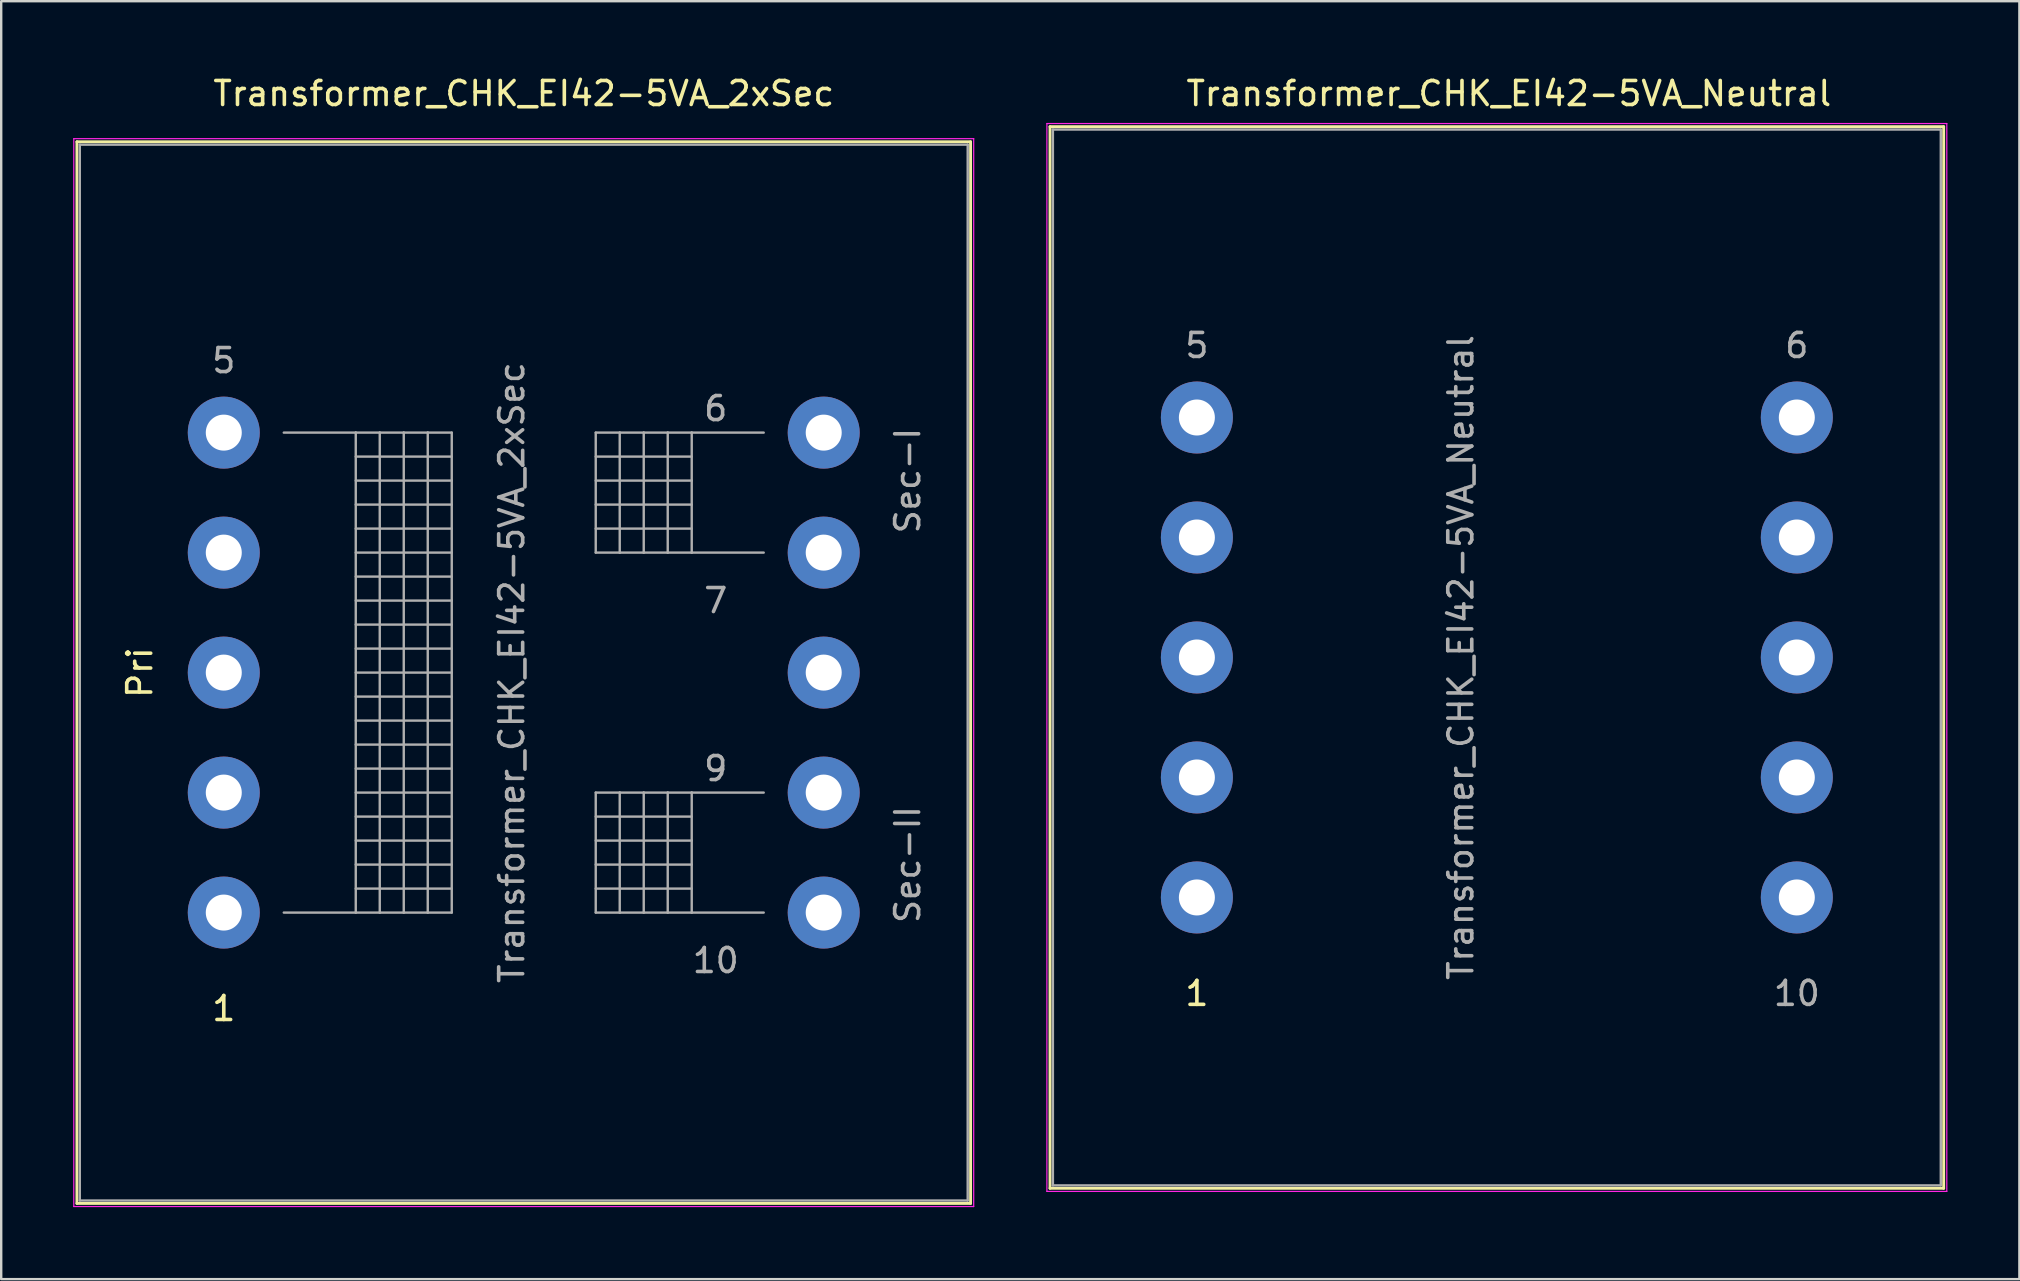
<source format=kicad_pcb>
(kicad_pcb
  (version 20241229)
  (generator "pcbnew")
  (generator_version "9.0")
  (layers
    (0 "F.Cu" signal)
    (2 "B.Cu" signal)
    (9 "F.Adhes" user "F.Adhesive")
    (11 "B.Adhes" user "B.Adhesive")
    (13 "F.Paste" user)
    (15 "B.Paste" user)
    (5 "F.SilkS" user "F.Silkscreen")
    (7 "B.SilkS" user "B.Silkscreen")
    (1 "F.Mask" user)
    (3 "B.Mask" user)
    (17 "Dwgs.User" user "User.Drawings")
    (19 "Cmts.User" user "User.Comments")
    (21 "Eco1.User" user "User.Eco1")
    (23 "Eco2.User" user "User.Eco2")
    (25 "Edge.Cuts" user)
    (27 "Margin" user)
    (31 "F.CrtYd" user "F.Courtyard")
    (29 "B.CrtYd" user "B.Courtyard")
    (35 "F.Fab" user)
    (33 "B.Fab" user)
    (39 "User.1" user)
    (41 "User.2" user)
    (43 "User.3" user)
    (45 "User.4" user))
  (footprint "Transformer_CHK_EI42-5VA_Neutral"
    (layer "F.Cu")
    (at 46.825 34.348)
    (property "Reference" "Transformer_CHK_EI42-5VA_Neutral" (at 13 -33.5 0) (layer "F.SilkS") (effects (font (size 1 1) (thickness 0.15))))
    (attr through_hole)
    (fp_line (start -6.12 -32.12) (end -6.12 12.12) (stroke (width 0.12) (type solid)) (layer "F.SilkS"))
    (fp_line (start -6.12 -32.12) (end 31.12 -32.12) (stroke (width 0.12) (type solid)) (layer "F.SilkS"))
    (fp_line (start 31.12 12.12) (end -6.12 12.12) (stroke (width 0.12) (type solid)) (layer "F.SilkS"))
    (fp_line (start 31.12 12.12) (end 31.12 -32.12) (stroke (width 0.12) (type solid)) (layer "F.SilkS"))
    (fp_line (start -6.25 -32.25) (end -6.25 12.25) (stroke (width 0.05) (type solid)) (layer "F.CrtYd"))
    (fp_line (start -6.25 -32.25) (end 31.25 -32.25) (stroke (width 0.05) (type solid)) (layer "F.CrtYd"))
    (fp_line (start 31.25 12.25) (end -6.25 12.25) (stroke (width 0.05) (type solid)) (layer "F.CrtYd"))
    (fp_line (start 31.25 12.25) (end 31.25 -32.25) (stroke (width 0.05) (type solid)) (layer "F.CrtYd"))
    (fp_line (start -6 -32) (end -6 12) (stroke (width 0.1) (type solid)) (layer "F.Fab"))
    (fp_line (start -6 12) (end 31 12) (stroke (width 0.1) (type solid)) (layer "F.Fab"))
    (fp_line (start 31 -32) (end -6 -32) (stroke (width 0.1) (type solid)) (layer "F.Fab"))
    (fp_line (start 31 12) (end 31 -32) (stroke (width 0.1) (type solid)) (layer "F.Fab"))
    (fp_text user "1" (at 0 4 0) (layer "F.SilkS") (effects (font (size 1 1) (thickness 0.15))))
    (fp_text user "${REFERENCE}" (at 11 -10 90) (layer "F.Fab") (effects (font (size 1 1) (thickness 0.15))))
    (fp_text user "10" (at 25 4 0) (layer "F.Fab") (effects (font (size 1 1) (thickness 0.15))))
    (fp_text user "5" (at 0 -23 0) (layer "F.Fab") (effects (font (size 1 1) (thickness 0.15))))
    (fp_text user "6" (at 25 -23 0) (layer "F.Fab") (effects (font (size 1 1) (thickness 0.15))))
    (pad "1" thru_hole circle (at 0 0) (size 3 3) (drill 1.5) (layers "*.Cu" "*.Mask"))
    (pad "2" thru_hole circle (at 0 -5) (size 3 3) (drill 1.5) (layers "*.Cu" "*.Mask"))
    (pad "3" thru_hole circle (at 0 -10) (size 3 3) (drill 1.5) (layers "*.Cu" "*.Mask"))
    (pad "4" thru_hole circle (at 0 -15) (size 3 3) (drill 1.5) (layers "*.Cu" "*.Mask"))
    (pad "5" thru_hole circle (at 0 -20) (size 3 3) (drill 1.5) (layers "*.Cu" "*.Mask"))
    (pad "6" thru_hole circle (at 25 -20) (size 3 3) (drill 1.5) (layers "*.Cu" "*.Mask"))
    (pad "7" thru_hole circle (at 25 -15) (size 3 3) (drill 1.5) (layers "*.Cu" "*.Mask"))
    (pad "8" thru_hole circle (at 25 -10) (size 3 3) (drill 1.5) (layers "*.Cu" "*.Mask"))
    (pad "9" thru_hole circle (at 25 -5) (size 3 3) (drill 1.5) (layers "*.Cu" "*.Mask"))
    (pad "10" thru_hole circle (at 25 0) (size 3 3) (drill 1.5) (layers "*.Cu" "*.Mask")))
  (footprint "Transformer_CHK_EI42-5VA_2xSec"
    (layer "F.Cu")
    (at 6.275 34.978)
    (property "Reference" "Transformer_CHK_EI42-5VA_2xSec" (at 12.5 -34.13 0) (layer "F.SilkS") (effects (font (size 1 1) (thickness 0.15))))
    (attr through_hole)
    (fp_line (start -6.12 -32.12) (end -6.12 12.12) (stroke (width 0.12) (type solid)) (layer "F.SilkS"))
    (fp_line (start -6.12 -32.12) (end 31.12 -32.12) (stroke (width 0.12) (type solid)) (layer "F.SilkS"))
    (fp_line (start 31.12 12.12) (end -6.12 12.12) (stroke (width 0.12) (type solid)) (layer "F.SilkS"))
    (fp_line (start 31.12 12.12) (end 31.12 -32.12) (stroke (width 0.12) (type solid)) (layer "F.SilkS"))
    (fp_line (start -6.25 -32.25) (end -6.25 12.25) (stroke (width 0.05) (type solid)) (layer "F.CrtYd"))
    (fp_line (start -6.25 -32.25) (end 31.25 -32.25) (stroke (width 0.05) (type solid)) (layer "F.CrtYd"))
    (fp_line (start 31.25 12.25) (end -6.25 12.25) (stroke (width 0.05) (type solid)) (layer "F.CrtYd"))
    (fp_line (start 31.25 12.25) (end 31.25 -32.25) (stroke (width 0.05) (type solid)) (layer "F.CrtYd"))
    (fp_line (start -6 -32) (end -6 12) (stroke (width 0.1) (type solid)) (layer "F.Fab"))
    (fp_line (start -6 12) (end 31 12) (stroke (width 0.1) (type solid)) (layer "F.Fab"))
    (fp_line (start 2.5 -20) (end 5.5 -20) (stroke (width 0.1) (type solid)) (layer "F.Fab"))
    (fp_line (start 5.5 -20) (end 5.5 0) (stroke (width 0.1) (type solid)) (layer "F.Fab"))
    (fp_line (start 5.5 -20) (end 6.5 -20) (stroke (width 0.1) (type solid)) (layer "F.Fab"))
    (fp_line (start 5.5 -19) (end 9.5 -19) (stroke (width 0.1) (type solid)) (layer "F.Fab"))
    (fp_line (start 5.5 -18) (end 9.5 -18) (stroke (width 0.1) (type solid)) (layer "F.Fab"))
    (fp_line (start 5.5 -17) (end 9.5 -17) (stroke (width 0.1) (type solid)) (layer "F.Fab"))
    (fp_line (start 5.5 -16) (end 9.5 -16) (stroke (width 0.1) (type solid)) (layer "F.Fab"))
    (fp_line (start 5.5 -15) (end 9.5 -15) (stroke (width 0.1) (type solid)) (layer "F.Fab"))
    (fp_line (start 5.5 -14) (end 9.5 -14) (stroke (width 0.1) (type solid)) (layer "F.Fab"))
    (fp_line (start 5.5 -13) (end 9.5 -13) (stroke (width 0.1) (type solid)) (layer "F.Fab"))
    (fp_line (start 5.5 -12) (end 9.5 -12) (stroke (width 0.1) (type solid)) (layer "F.Fab"))
    (fp_line (start 5.5 -11) (end 9.5 -11) (stroke (width 0.1) (type solid)) (layer "F.Fab"))
    (fp_line (start 5.5 -10) (end 9.5 -10) (stroke (width 0.1) (type solid)) (layer "F.Fab"))
    (fp_line (start 5.5 -9) (end 9.5 -9) (stroke (width 0.1) (type solid)) (layer "F.Fab"))
    (fp_line (start 5.5 -8) (end 9.5 -8) (stroke (width 0.1) (type solid)) (layer "F.Fab"))
    (fp_line (start 5.5 -7) (end 9.5 -7) (stroke (width 0.1) (type solid)) (layer "F.Fab"))
    (fp_line (start 5.5 -6) (end 9.5 -6) (stroke (width 0.1) (type solid)) (layer "F.Fab"))
    (fp_line (start 5.5 -5) (end 9.5 -5) (stroke (width 0.1) (type solid)) (layer "F.Fab"))
    (fp_line (start 5.5 -4) (end 9.5 -4) (stroke (width 0.1) (type solid)) (layer "F.Fab"))
    (fp_line (start 5.5 -3) (end 9.5 -3) (stroke (width 0.1) (type solid)) (layer "F.Fab"))
    (fp_line (start 5.5 -2) (end 9.5 -2) (stroke (width 0.1) (type solid)) (layer "F.Fab"))
    (fp_line (start 5.5 -1) (end 9.5 -1) (stroke (width 0.1) (type solid)) (layer "F.Fab"))
    (fp_line (start 5.5 0) (end 2.5 0) (stroke (width 0.1) (type solid)) (layer "F.Fab"))
    (fp_line (start 6.5 -20) (end 6.5 0) (stroke (width 0.1) (type solid)) (layer "F.Fab"))
    (fp_line (start 6.5 -20) (end 7.5 -20) (stroke (width 0.1) (type solid)) (layer "F.Fab"))
    (fp_line (start 6.5 0) (end 5.5 0) (stroke (width 0.1) (type solid)) (layer "F.Fab"))
    (fp_line (start 7.5 -20) (end 7.5 0) (stroke (width 0.1) (type solid)) (layer "F.Fab"))
    (fp_line (start 7.5 -20) (end 8.5 -20) (stroke (width 0.1) (type solid)) (layer "F.Fab"))
    (fp_line (start 7.5 0) (end 6.5 0) (stroke (width 0.1) (type solid)) (layer "F.Fab"))
    (fp_line (start 8.5 -20) (end 8.5 0) (stroke (width 0.1) (type solid)) (layer "F.Fab"))
    (fp_line (start 8.5 -20) (end 9.5 -20) (stroke (width 0.1) (type solid)) (layer "F.Fab"))
    (fp_line (start 8.5 0) (end 7.5 0) (stroke (width 0.1) (type solid)) (layer "F.Fab"))
    (fp_line (start 9.5 -20) (end 9.5 0) (stroke (width 0.1) (type solid)) (layer "F.Fab"))
    (fp_line (start 9.5 0) (end 8.5 0) (stroke (width 0.1) (type solid)) (layer "F.Fab"))
    (fp_line (start 15.5 -20) (end 15.5 -15) (stroke (width 0.1) (type solid)) (layer "F.Fab"))
    (fp_line (start 15.5 -19) (end 19.5 -19) (stroke (width 0.1) (type solid)) (layer "F.Fab"))
    (fp_line (start 15.5 -17) (end 19.5 -17) (stroke (width 0.1) (type solid)) (layer "F.Fab"))
    (fp_line (start 15.5 -15) (end 16.5 -15) (stroke (width 0.1) (type solid)) (layer "F.Fab"))
    (fp_line (start 15.5 -5) (end 15.5 0) (stroke (width 0.1) (type solid)) (layer "F.Fab"))
    (fp_line (start 15.5 -4) (end 19.5 -4) (stroke (width 0.1) (type solid)) (layer "F.Fab"))
    (fp_line (start 15.5 -3) (end 19.5 -3) (stroke (width 0.1) (type solid)) (layer "F.Fab"))
    (fp_line (start 15.5 -2) (end 19.5 -2) (stroke (width 0.1) (type solid)) (layer "F.Fab"))
    (fp_line (start 15.5 -1) (end 19.5 -1) (stroke (width 0.1) (type solid)) (layer "F.Fab"))
    (fp_line (start 15.5 0) (end 16.5 0) (stroke (width 0.1) (type solid)) (layer "F.Fab"))
    (fp_line (start 16.5 -20) (end 15.5 -20) (stroke (width 0.1) (type solid)) (layer "F.Fab"))
    (fp_line (start 16.5 -20) (end 16.5 -15) (stroke (width 0.1) (type solid)) (layer "F.Fab"))
    (fp_line (start 16.5 -15) (end 17.5 -15) (stroke (width 0.1) (type solid)) (layer "F.Fab"))
    (fp_line (start 16.5 -5) (end 15.5 -5) (stroke (width 0.1) (type solid)) (layer "F.Fab"))
    (fp_line (start 16.5 -5) (end 16.5 0) (stroke (width 0.1) (type solid)) (layer "F.Fab"))
    (fp_line (start 16.5 0) (end 17.5 0) (stroke (width 0.1) (type solid)) (layer "F.Fab"))
    (fp_line (start 17.5 -20) (end 16.5 -20) (stroke (width 0.1) (type solid)) (layer "F.Fab"))
    (fp_line (start 17.5 -20) (end 17.5 -15) (stroke (width 0.1) (type solid)) (layer "F.Fab"))
    (fp_line (start 17.5 -15) (end 18.5 -15) (stroke (width 0.1) (type solid)) (layer "F.Fab"))
    (fp_line (start 17.5 -5) (end 16.5 -5) (stroke (width 0.1) (type solid)) (layer "F.Fab"))
    (fp_line (start 17.5 -5) (end 17.5 0) (stroke (width 0.1) (type solid)) (layer "F.Fab"))
    (fp_line (start 17.5 0) (end 18.5 0) (stroke (width 0.1) (type solid)) (layer "F.Fab"))
    (fp_line (start 18.5 -20) (end 17.5 -20) (stroke (width 0.1) (type solid)) (layer "F.Fab"))
    (fp_line (start 18.5 -20) (end 18.5 -15) (stroke (width 0.1) (type solid)) (layer "F.Fab"))
    (fp_line (start 18.5 -15) (end 19.5 -15) (stroke (width 0.1) (type solid)) (layer "F.Fab"))
    (fp_line (start 18.5 -5) (end 17.5 -5) (stroke (width 0.1) (type solid)) (layer "F.Fab"))
    (fp_line (start 18.5 -5) (end 18.5 0) (stroke (width 0.1) (type solid)) (layer "F.Fab"))
    (fp_line (start 18.5 0) (end 19.5 0) (stroke (width 0.1) (type solid)) (layer "F.Fab"))
    (fp_line (start 19.5 -20) (end 18.5 -20) (stroke (width 0.1) (type solid)) (layer "F.Fab"))
    (fp_line (start 19.5 -20) (end 19.5 -15) (stroke (width 0.1) (type solid)) (layer "F.Fab"))
    (fp_line (start 19.5 -18) (end 15.5 -18) (stroke (width 0.1) (type solid)) (layer "F.Fab"))
    (fp_line (start 19.5 -16) (end 15.5 -16) (stroke (width 0.1) (type solid)) (layer "F.Fab"))
    (fp_line (start 19.5 -15) (end 22.5 -15) (stroke (width 0.1) (type solid)) (layer "F.Fab"))
    (fp_line (start 19.5 -5) (end 18.5 -5) (stroke (width 0.1) (type solid)) (layer "F.Fab"))
    (fp_line (start 19.5 -5) (end 19.5 0) (stroke (width 0.1) (type solid)) (layer "F.Fab"))
    (fp_line (start 19.5 0) (end 22.5 0) (stroke (width 0.1) (type solid)) (layer "F.Fab"))
    (fp_line (start 22.5 -20) (end 19.5 -20) (stroke (width 0.1) (type solid)) (layer "F.Fab"))
    (fp_line (start 22.5 -5) (end 19.5 -5) (stroke (width 0.1) (type solid)) (layer "F.Fab"))
    (fp_line (start 31 -32) (end -6 -32) (stroke (width 0.1) (type solid)) (layer "F.Fab"))
    (fp_line (start 31 12) (end 31 -32) (stroke (width 0.1) (type solid)) (layer "F.Fab"))
    (fp_text user "Pri" (at -3.5 -10 90) (layer "F.SilkS") (effects (font (size 1 1) (thickness 0.15))))
    (fp_text user "1" (at 0 4 0) (layer "F.SilkS") (effects (font (size 1 1) (thickness 0.15))))
    (fp_text user "5" (at 0 -23 0) (layer "F.Fab") (effects (font (size 1 1) (thickness 0.15))))
    (fp_text user "7" (at 20.5 -13 0) (layer "F.Fab") (effects (font (size 1 1) (thickness 0.15))))
    (fp_text user "${REFERENCE}" (at 12 -10 90) (layer "F.Fab") (effects (font (size 1 1) (thickness 0.15))))
    (fp_text user "Sec-II" (at 28.5 -2 90) (layer "F.Fab") (effects (font (size 1 1) (thickness 0.15))))
    (fp_text user "Sec-I" (at 28.5 -18 90) (layer "F.Fab") (effects (font (size 1 1) (thickness 0.15))))
    (fp_text user "6" (at 20.5 -21 0) (layer "F.Fab") (effects (font (size 1 1) (thickness 0.15))))
    (fp_text user "9" (at 20.5 -6 0) (layer "F.Fab") (effects (font (size 1 1) (thickness 0.15))))
    (fp_text user "10" (at 20.5 2 0) (layer "F.Fab") (effects (font (size 1 1) (thickness 0.15))))
    (pad "1" thru_hole circle (at 0 0) (size 3 3) (drill 1.5) (layers "*.Cu" "*.Mask"))
    (pad "2" thru_hole circle (at 0 -5) (size 3 3) (drill 1.5) (layers "*.Cu" "*.Mask"))
    (pad "3" thru_hole circle (at 0 -10) (size 3 3) (drill 1.5) (layers "*.Cu" "*.Mask"))
    (pad "4" thru_hole circle (at 0 -15) (size 3 3) (drill 1.5) (layers "*.Cu" "*.Mask"))
    (pad "5" thru_hole circle (at 0 -20) (size 3 3) (drill 1.5) (layers "*.Cu" "*.Mask"))
    (pad "6" thru_hole circle (at 25 -20) (size 3 3) (drill 1.5) (layers "*.Cu" "*.Mask"))
    (pad "7" thru_hole circle (at 25 -15) (size 3 3) (drill 1.5) (layers "*.Cu" "*.Mask"))
    (pad "8" thru_hole circle (at 25 -10) (size 3 3) (drill 1.5) (layers "*.Cu" "*.Mask"))
    (pad "9" thru_hole circle (at 25 -5) (size 3 3) (drill 1.5) (layers "*.Cu" "*.Mask"))
    (pad "10" thru_hole circle (at 25 0) (size 3 3) (drill 1.5) (layers "*.Cu" "*.Mask")))
  (gr_rect
    (start -3 -3)
    (end 81.1 50.253)
    (stroke (width 0.1) (type default))
    (fill no)
    (layer "Edge.Cuts")))
</source>
